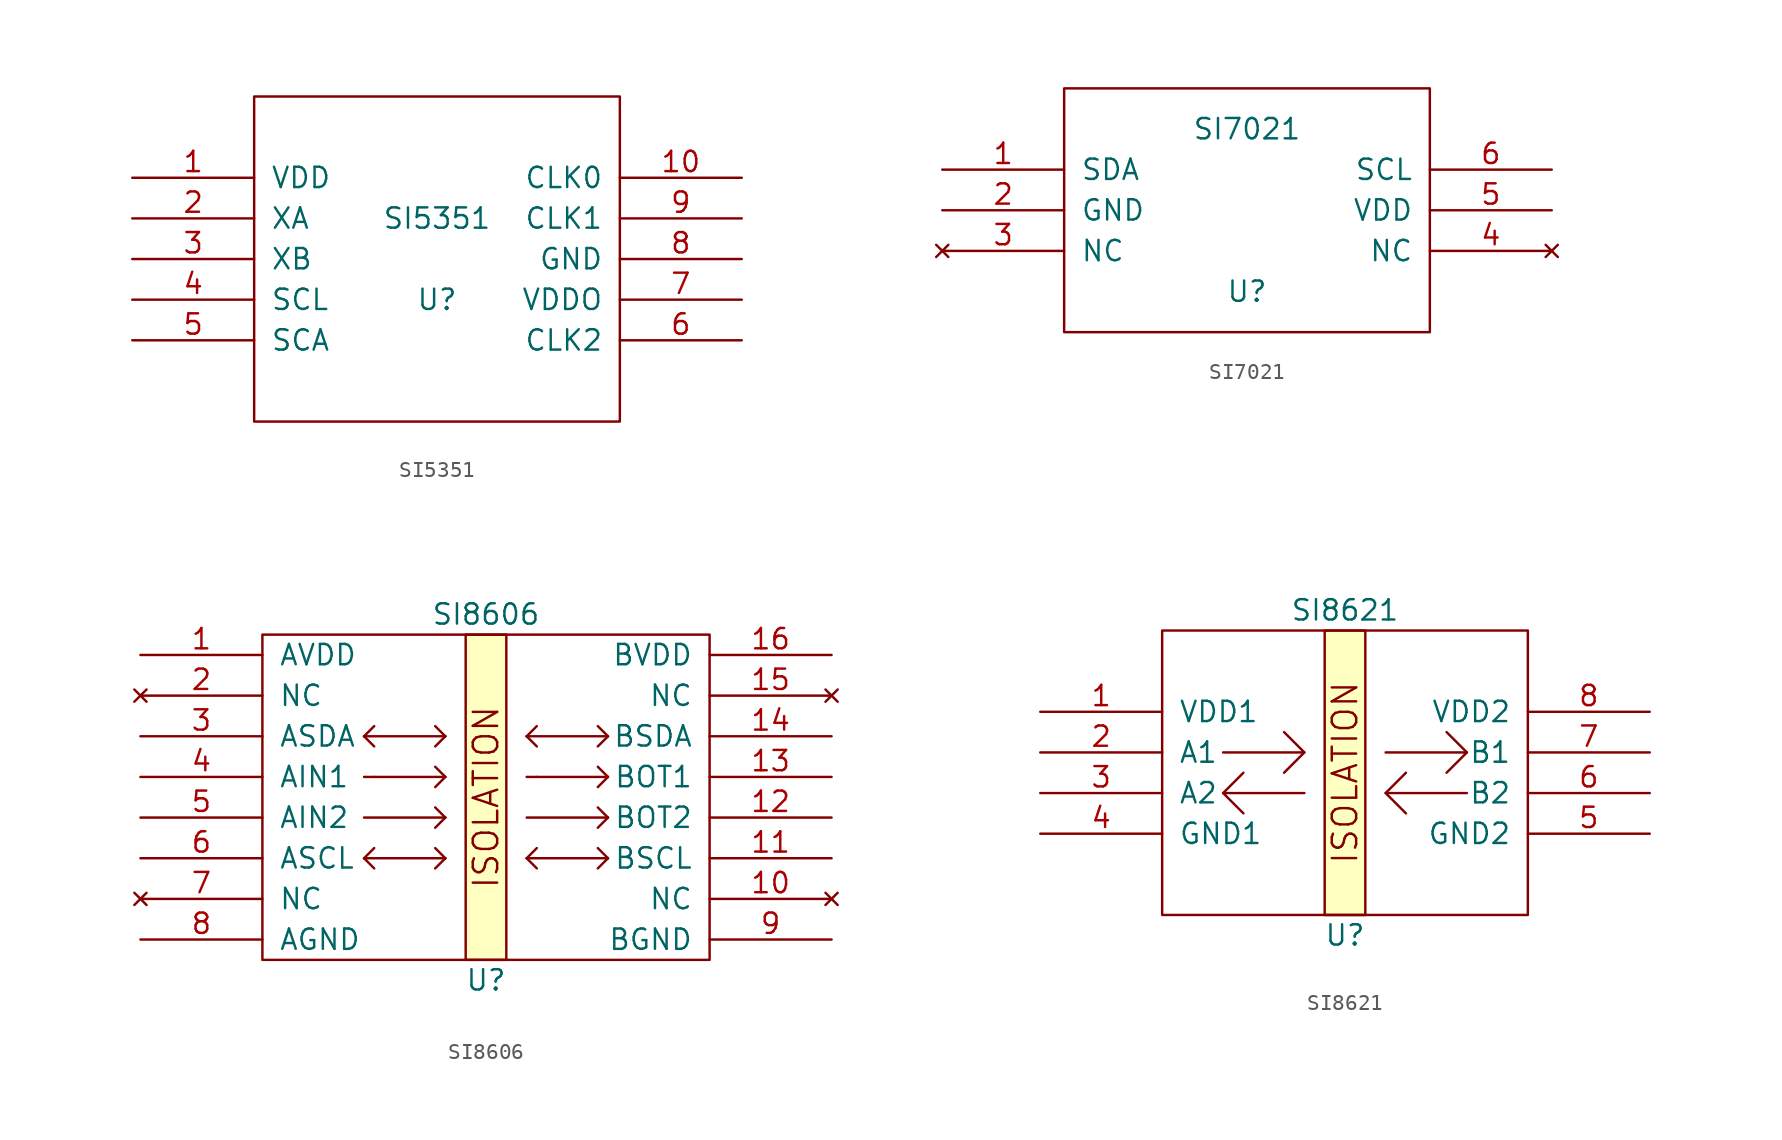
<source format=kicad_sym>
(kicad_symbol_lib
  (version 20220914)
  (generator kicad_symbol_editor)
  (symbol "SI5351"
    (pin_names
      (offset 1.016))
    (property "Reference" "U"
      (at 0 -2.54 0)
      (effects (font (size 1.27 1.27))))
    (property "Value" "SI5351"
      (at 0 2.54 0)
      (effects (font (size 1.27 1.27))))
    (symbol "SI5351_1_0"
      (rectangle (start -11.43 -10.16) (end 11.43 10.16) (stroke (width 0) (type solid)) (fill (type none))))
    (symbol "SI5351_1_1"
      (pin power_in line (at -19.05 5.08 0) (length 7.62) (name "VDD" (effects (font (size 1.27 1.27)))) (number "1" (effects (font (size 1.27 1.27)))))
      (pin output line (at 19.05 5.08 180) (length 7.62) (name "CLK0" (effects (font (size 1.27 1.27)))) (number "10" (effects (font (size 1.27 1.27)))))
      (pin input line (at -19.05 2.54 0) (length 7.62) (name "XA" (effects (font (size 1.27 1.27)))) (number "2" (effects (font (size 1.27 1.27)))))
      (pin input line (at -19.05 0 0) (length 7.62) (name "XB" (effects (font (size 1.27 1.27)))) (number "3" (effects (font (size 1.27 1.27)))))
      (pin input line (at -19.05 -2.54 0) (length 7.62) (name "SCL" (effects (font (size 1.27 1.27)))) (number "4" (effects (font (size 1.27 1.27)))))
      (pin bidirectional line (at -19.05 -5.08 0) (length 7.62) (name "SCA" (effects (font (size 1.27 1.27)))) (number "5" (effects (font (size 1.27 1.27)))))
      (pin output line (at 19.05 -5.08 180) (length 7.62) (name "CLK2" (effects (font (size 1.27 1.27)))) (number "6" (effects (font (size 1.27 1.27)))))
      (pin power_in line (at 19.05 -2.54 180) (length 7.62) (name "VDDO" (effects (font (size 1.27 1.27)))) (number "7" (effects (font (size 1.27 1.27)))))
      (pin power_in line (at 19.05 0 180) (length 7.62) (name "GND" (effects (font (size 1.27 1.27)))) (number "8" (effects (font (size 1.27 1.27)))))
      (pin output line (at 19.05 2.54 180) (length 7.62) (name "CLK1" (effects (font (size 1.27 1.27)))) (number "9" (effects (font (size 1.27 1.27)))))))
  (symbol "SI7021"
    (pin_names
      (offset 1.016))
    (property "Reference" "U"
      (at 0 -5.08 0)
      (effects (font (size 1.27 1.27))))
    (property "Value" "SI7021"
      (at 0 5.08 0)
      (effects (font (size 1.27 1.27))))
    (symbol "SI7021_1_0"
      (rectangle (start -11.43 -7.62) (end 11.43 7.62) (stroke (width 0) (type solid)) (fill (type none))))
    (symbol "SI7021_1_1"
      (pin bidirectional line (at -19.05 2.54 0) (length 7.62) (name "SDA" (effects (font (size 1.27 1.27)))) (number "1" (effects (font (size 1.27 1.27)))))
      (pin power_in line (at -19.05 0 0) (length 7.62) (name "GND" (effects (font (size 1.27 1.27)))) (number "2" (effects (font (size 1.27 1.27)))))
      (pin no_connect line (at -19.05 -2.54 0) (length 7.62) (name "NC" (effects (font (size 1.27 1.27)))) (number "3" (effects (font (size 1.27 1.27)))))
      (pin no_connect line (at 19.05 -2.54 180) (length 7.62) (name "NC" (effects (font (size 1.27 1.27)))) (number "4" (effects (font (size 1.27 1.27)))))
      (pin power_in line (at 19.05 0 180) (length 7.62) (name "VDD" (effects (font (size 1.27 1.27)))) (number "5" (effects (font (size 1.27 1.27)))))
      (pin bidirectional line (at 19.05 2.54 180) (length 7.62) (name "SCL" (effects (font (size 1.27 1.27)))) (number "6" (effects (font (size 1.27 1.27)))))))
  (symbol "SI8606"
    (pin_names
      (offset 1.016))
    (property "Reference" "U"
      (at 0 -12.7 0)
      (effects (font (size 1.27 1.27))))
    (property "Value" "SI8606"
      (at 0 10.16 0)
      (effects (font (size 1.27 1.27))))
    (symbol "SI8606_0_0"
      (text "ISOLATION" (at 0 -1.27 900) (effects (font (size 1.524 1.524)))))
    (symbol "SI8606_0_1"
      (rectangle (start -1.27 8.89) (end 1.27 -11.43) (stroke (width 0) (type solid)) (fill (type background)))
      (polyline (pts (xy -7.62 -5.08) (xy -6.985 -5.715)) (stroke (width 0) (type solid)) (fill (type none)))
      (polyline (pts (xy -7.62 -5.08) (xy -6.985 -4.445)) (stroke (width 0) (type solid)) (fill (type none)))
      (polyline (pts (xy -7.62 -5.08) (xy -2.54 -5.08)) (stroke (width 0) (type solid)) (fill (type none)))
      (polyline (pts (xy -7.62 -2.54) (xy -2.54 -2.54)) (stroke (width 0) (type solid)) (fill (type none)))
      (polyline (pts (xy -7.62 2.54) (xy -6.985 1.905)) (stroke (width 0) (type solid)) (fill (type none)))
      (polyline (pts (xy -7.62 2.54) (xy -6.985 3.175)) (stroke (width 0) (type solid)) (fill (type none)))
      (polyline (pts (xy -7.62 2.54) (xy -2.54 2.54)) (stroke (width 0) (type solid)) (fill (type none)))
      (polyline (pts (xy -6.985 0) (xy -7.62 0)) (stroke (width 0) (type solid)) (fill (type none)))
      (polyline (pts (xy -6.985 0) (xy -2.54 0)) (stroke (width 0) (type solid)) (fill (type none)))
      (polyline (pts (xy -2.54 -5.08) (xy -3.175 -5.715)) (stroke (width 0) (type solid)) (fill (type none)))
      (polyline (pts (xy -2.54 -5.08) (xy -3.175 -4.445)) (stroke (width 0) (type solid)) (fill (type none)))
      (polyline (pts (xy -2.54 -2.54) (xy -3.175 -3.175)) (stroke (width 0) (type solid)) (fill (type none)))
      (polyline (pts (xy -2.54 -2.54) (xy -3.175 -1.905)) (stroke (width 0) (type solid)) (fill (type none)))
      (polyline (pts (xy -2.54 0) (xy -3.175 -0.635)) (stroke (width 0) (type solid)) (fill (type none)))
      (polyline (pts (xy -2.54 0) (xy -3.175 0.635)) (stroke (width 0) (type solid)) (fill (type none)))
      (polyline (pts (xy -2.54 2.54) (xy -3.175 1.905)) (stroke (width 0) (type solid)) (fill (type none)))
      (polyline (pts (xy -2.54 2.54) (xy -3.175 3.175)) (stroke (width 0) (type solid)) (fill (type none)))
      (polyline (pts (xy 2.54 -5.08) (xy 3.175 -5.715)) (stroke (width 0) (type solid)) (fill (type none)))
      (polyline (pts (xy 2.54 -5.08) (xy 3.175 -4.445)) (stroke (width 0) (type solid)) (fill (type none)))
      (polyline (pts (xy 2.54 -5.08) (xy 7.62 -5.08)) (stroke (width 0) (type solid)) (fill (type none)))
      (polyline (pts (xy 2.54 -2.54) (xy 7.62 -2.54)) (stroke (width 0) (type solid)) (fill (type none)))
      (polyline (pts (xy 2.54 2.54) (xy 3.175 1.905)) (stroke (width 0) (type solid)) (fill (type none)))
      (polyline (pts (xy 2.54 2.54) (xy 3.175 3.175)) (stroke (width 0) (type solid)) (fill (type none)))
      (polyline (pts (xy 2.54 2.54) (xy 7.62 2.54)) (stroke (width 0) (type solid)) (fill (type none)))
      (polyline (pts (xy 3.175 0) (xy 2.54 0)) (stroke (width 0) (type solid)) (fill (type none)))
      (polyline (pts (xy 3.175 0) (xy 7.62 0)) (stroke (width 0) (type solid)) (fill (type none)))
      (polyline (pts (xy 7.62 -5.08) (xy 6.985 -5.715)) (stroke (width 0) (type solid)) (fill (type none)))
      (polyline (pts (xy 7.62 -5.08) (xy 6.985 -4.445)) (stroke (width 0) (type solid)) (fill (type none)))
      (polyline (pts (xy 7.62 -2.54) (xy 6.985 -3.175)) (stroke (width 0) (type solid)) (fill (type none)))
      (polyline (pts (xy 7.62 -2.54) (xy 6.985 -1.905)) (stroke (width 0) (type solid)) (fill (type none)))
      (polyline (pts (xy 7.62 0) (xy 6.985 -0.635)) (stroke (width 0) (type solid)) (fill (type none)))
      (polyline (pts (xy 7.62 0) (xy 6.985 0.635)) (stroke (width 0) (type solid)) (fill (type none)))
      (polyline (pts (xy 7.62 2.54) (xy 6.985 1.905)) (stroke (width 0) (type solid)) (fill (type none)))
      (polyline (pts (xy 7.62 2.54) (xy 6.985 3.175)) (stroke (width 0) (type solid)) (fill (type none))))
    (symbol "SI8606_1_0"
      (rectangle (start -13.97 -11.43) (end 13.97 8.89) (stroke (width 0) (type solid)) (fill (type none))))
    (symbol "SI8606_1_1"
      (pin power_in line (at -21.59 7.62 0) (length 7.62) (name "AVDD" (effects (font (size 1.27 1.27)))) (number "1" (effects (font (size 1.27 1.27)))))
      (pin no_connect line (at 21.59 -7.62 180) (length 7.62) (name "NC" (effects (font (size 1.27 1.27)))) (number "10" (effects (font (size 1.27 1.27)))))
      (pin bidirectional line (at 21.59 -5.08 180) (length 7.62) (name "BSCL" (effects (font (size 1.27 1.27)))) (number "11" (effects (font (size 1.27 1.27)))))
      (pin output line (at 21.59 -2.54 180) (length 7.62) (name "BOT2" (effects (font (size 1.27 1.27)))) (number "12" (effects (font (size 1.27 1.27)))))
      (pin output line (at 21.59 0 180) (length 7.62) (name "BOT1" (effects (font (size 1.27 1.27)))) (number "13" (effects (font (size 1.27 1.27)))))
      (pin bidirectional line (at 21.59 2.54 180) (length 7.62) (name "BSDA" (effects (font (size 1.27 1.27)))) (number "14" (effects (font (size 1.27 1.27)))))
      (pin no_connect line (at 21.59 5.08 180) (length 7.62) (name "NC" (effects (font (size 1.27 1.27)))) (number "15" (effects (font (size 1.27 1.27)))))
      (pin power_in line (at 21.59 7.62 180) (length 7.62) (name "BVDD" (effects (font (size 1.27 1.27)))) (number "16" (effects (font (size 1.27 1.27)))))
      (pin no_connect line (at -21.59 5.08 0) (length 7.62) (name "NC" (effects (font (size 1.27 1.27)))) (number "2" (effects (font (size 1.27 1.27)))))
      (pin bidirectional line (at -21.59 2.54 0) (length 7.62) (name "ASDA" (effects (font (size 1.27 1.27)))) (number "3" (effects (font (size 1.27 1.27)))))
      (pin power_in line (at -21.59 0 0) (length 7.62) (name "AIN1" (effects (font (size 1.27 1.27)))) (number "4" (effects (font (size 1.27 1.27)))))
      (pin input line (at -21.59 -2.54 0) (length 7.62) (name "AIN2" (effects (font (size 1.27 1.27)))) (number "5" (effects (font (size 1.27 1.27)))))
      (pin bidirectional line (at -21.59 -5.08 0) (length 7.62) (name "ASCL" (effects (font (size 1.27 1.27)))) (number "6" (effects (font (size 1.27 1.27)))))
      (pin no_connect line (at -21.59 -7.62 0) (length 7.62) (name "NC" (effects (font (size 1.27 1.27)))) (number "7" (effects (font (size 1.27 1.27)))))
      (pin power_in line (at -21.59 -10.16 0) (length 7.62) (name "AGND" (effects (font (size 1.27 1.27)))) (number "8" (effects (font (size 1.27 1.27)))))
      (pin power_in line (at 21.59 -10.16 180) (length 7.62) (name "BGND" (effects (font (size 1.27 1.27)))) (number "9" (effects (font (size 1.27 1.27)))))))
  (symbol "SI8621"
    (pin_names
      (offset 1.016))
    (property "Reference" "U"
      (at 0 -10.16 0)
      (effects (font (size 1.27 1.27))))
    (property "Value" "SI8621"
      (at 0 10.16 0)
      (effects (font (size 1.27 1.27))))
    (symbol "SI8621_0_0"
      (polyline (pts (xy -7.62 -1.27) (xy -6.35 0)) (stroke (width 0) (type solid)) (fill (type none)))
      (polyline (pts (xy -2.54 1.27) (xy -3.81 0)) (stroke (width 0) (type solid)) (fill (type none)))
      (polyline (pts (xy 2.54 -1.27) (xy 3.81 0)) (stroke (width 0) (type solid)) (fill (type none)))
      (polyline (pts (xy 7.62 1.27) (xy 6.35 2.54)) (stroke (width 0) (type solid)) (fill (type none)))
      (polyline (pts (xy -7.62 1.27) (xy -2.54 1.27) (xy -3.81 2.54)) (stroke (width 0) (type solid)) (fill (type none)))
      (polyline (pts (xy -2.54 -1.27) (xy -7.62 -1.27) (xy -6.35 -2.54)) (stroke (width 0) (type solid)) (fill (type none)))
      (polyline (pts (xy 2.54 1.27) (xy 7.62 1.27) (xy 6.35 0)) (stroke (width 0) (type solid)) (fill (type none)))
      (polyline (pts (xy 7.62 -1.27) (xy 2.54 -1.27) (xy 3.81 -2.54)) (stroke (width 0) (type solid)) (fill (type none)))
      (text "ISOLATION" (at 0 0 900) (effects (font (size 1.524 1.524)))))
    (symbol "SI8621_0_1"
      (rectangle (start -1.27 8.89) (end 1.27 -8.89) (stroke (width 0) (type solid)) (fill (type background))))
    (symbol "SI8621_1_0"
      (rectangle (start -11.43 -8.89) (end 11.43 8.89) (stroke (width 0) (type solid)) (fill (type none))))
    (symbol "SI8621_1_1"
      (pin power_in line (at -19.05 3.81 0) (length 7.62) (name "VDD1" (effects (font (size 1.27 1.27)))) (number "1" (effects (font (size 1.27 1.27)))))
      (pin input line (at -19.05 1.27 0) (length 7.62) (name "A1" (effects (font (size 1.27 1.27)))) (number "2" (effects (font (size 1.27 1.27)))))
      (pin input line (at -19.05 -1.27 0) (length 7.62) (name "A2" (effects (font (size 1.27 1.27)))) (number "3" (effects (font (size 1.27 1.27)))))
      (pin power_in line (at -19.05 -3.81 0) (length 7.62) (name "GND1" (effects (font (size 1.27 1.27)))) (number "4" (effects (font (size 1.27 1.27)))))
      (pin power_in line (at 19.05 -3.81 180) (length 7.62) (name "GND2" (effects (font (size 1.27 1.27)))) (number "5" (effects (font (size 1.27 1.27)))))
      (pin input line (at 19.05 -1.27 180) (length 7.62) (name "B2" (effects (font (size 1.27 1.27)))) (number "6" (effects (font (size 1.27 1.27)))))
      (pin input line (at 19.05 1.27 180) (length 7.62) (name "B1" (effects (font (size 1.27 1.27)))) (number "7" (effects (font (size 1.27 1.27)))))
      (pin power_in line (at 19.05 3.81 180) (length 7.62) (name "VDD2" (effects (font (size 1.27 1.27)))) (number "8" (effects (font (size 1.27 1.27))))))))
</source>
